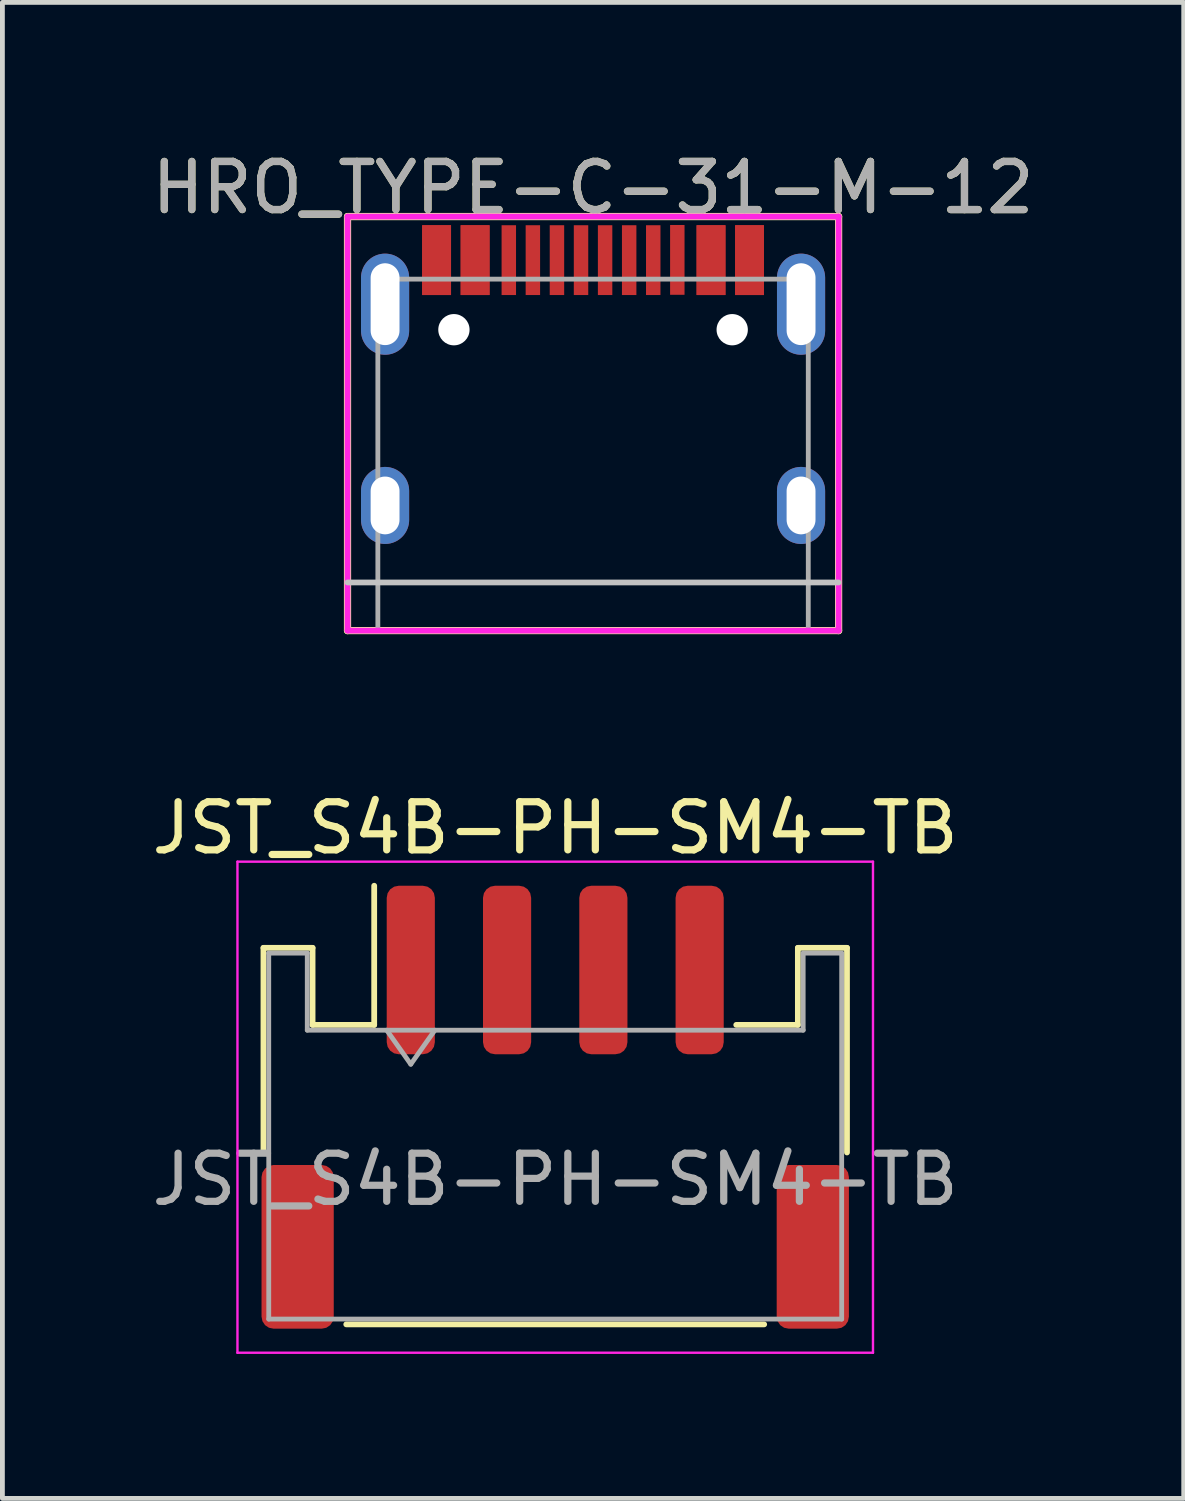
<source format=kicad_pcb>
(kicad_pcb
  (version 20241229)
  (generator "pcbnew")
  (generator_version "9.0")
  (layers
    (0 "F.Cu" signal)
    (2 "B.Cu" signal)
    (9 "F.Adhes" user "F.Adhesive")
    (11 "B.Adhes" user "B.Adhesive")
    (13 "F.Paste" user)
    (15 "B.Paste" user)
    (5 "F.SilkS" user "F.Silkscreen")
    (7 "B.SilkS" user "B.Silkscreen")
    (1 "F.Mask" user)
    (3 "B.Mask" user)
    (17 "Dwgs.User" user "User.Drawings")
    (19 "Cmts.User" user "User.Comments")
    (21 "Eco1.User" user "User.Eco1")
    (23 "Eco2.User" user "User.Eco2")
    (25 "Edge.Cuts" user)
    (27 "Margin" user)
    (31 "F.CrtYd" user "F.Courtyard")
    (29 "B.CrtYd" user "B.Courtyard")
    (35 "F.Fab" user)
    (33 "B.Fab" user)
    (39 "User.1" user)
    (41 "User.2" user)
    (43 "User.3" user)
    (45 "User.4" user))
  (footprint "JST_S4B-PH-SM4-TB"
    (layer "F.Cu")
    (at 8.482 19.947)
    (property "Reference" "JST_S4B-PH-SM4-TB" (at 0 -5.8 0) (layer "F.SilkS") (effects (font (size 1 1) (thickness 0.15))))
    (attr smd)
    (fp_line (start -6.06 -3.31) (end -5.04 -3.31) (stroke (width 0.12) (type solid)) (layer "F.SilkS"))
    (fp_line (start -6.06 0.94) (end -6.06 -3.31) (stroke (width 0.12) (type solid)) (layer "F.SilkS"))
    (fp_line (start -5.04 -3.31) (end -5.04 -1.71) (stroke (width 0.12) (type solid)) (layer "F.SilkS"))
    (fp_line (start -5.04 -1.71) (end -3.76 -1.71) (stroke (width 0.12) (type solid)) (layer "F.SilkS"))
    (fp_line (start -4.34 4.51) (end 4.34 4.51) (stroke (width 0.12) (type solid)) (layer "F.SilkS"))
    (fp_line (start -3.76 -1.71) (end -3.76 -4.6) (stroke (width 0.12) (type solid)) (layer "F.SilkS"))
    (fp_line (start 5.04 -3.31) (end 5.04 -1.71) (stroke (width 0.12) (type solid)) (layer "F.SilkS"))
    (fp_line (start 5.04 -1.71) (end 3.76 -1.71) (stroke (width 0.12) (type solid)) (layer "F.SilkS"))
    (fp_line (start 6.06 -3.31) (end 5.04 -3.31) (stroke (width 0.12) (type solid)) (layer "F.SilkS"))
    (fp_line (start 6.06 0.94) (end 6.06 -3.31) (stroke (width 0.12) (type solid)) (layer "F.SilkS"))
    (fp_line (start -6.6 -5.1) (end -6.6 5.1) (stroke (width 0.05) (type solid)) (layer "F.CrtYd"))
    (fp_line (start -6.6 5.1) (end 6.6 5.1) (stroke (width 0.05) (type solid)) (layer "F.CrtYd"))
    (fp_line (start 6.6 -5.1) (end -6.6 -5.1) (stroke (width 0.05) (type solid)) (layer "F.CrtYd"))
    (fp_line (start 6.6 5.1) (end 6.6 -5.1) (stroke (width 0.05) (type solid)) (layer "F.CrtYd"))
    (fp_line (start -5.95 -3.2) (end -5.95 4.4) (stroke (width 0.1) (type solid)) (layer "F.Fab"))
    (fp_line (start -5.95 -3.2) (end -5.15 -3.2) (stroke (width 0.1) (type solid)) (layer "F.Fab"))
    (fp_line (start -5.95 4.4) (end 5.95 4.4) (stroke (width 0.1) (type solid)) (layer "F.Fab"))
    (fp_line (start -5.15 -3.2) (end -5.15 -1.6) (stroke (width 0.1) (type solid)) (layer "F.Fab"))
    (fp_line (start -5.15 -1.6) (end 5.15 -1.6) (stroke (width 0.1) (type solid)) (layer "F.Fab"))
    (fp_line (start -3.5 -1.6) (end -3 -0.893) (stroke (width 0.1) (type solid)) (layer "F.Fab"))
    (fp_line (start -3 -0.893) (end -2.5 -1.6) (stroke (width 0.1) (type solid)) (layer "F.Fab"))
    (fp_line (start 5.15 -3.2) (end 5.95 -3.2) (stroke (width 0.1) (type solid)) (layer "F.Fab"))
    (fp_line (start 5.15 -1.6) (end 5.15 -3.2) (stroke (width 0.1) (type solid)) (layer "F.Fab"))
    (fp_line (start 5.95 -3.2) (end 5.95 4.4) (stroke (width 0.1) (type solid)) (layer "F.Fab"))
    (fp_text user "${REFERENCE}" (at 0 1.5 0) (layer "F.Fab") (effects (font (size 1 1) (thickness 0.15))))
    (pad "1" smd roundrect (at -3 -2.85) (size 1 3.5) (layers "F.Cu" "F.Mask" "F.Paste") (roundrect_rratio 0.25))
    (pad "2" smd roundrect (at -1 -2.85) (size 1 3.5) (layers "F.Cu" "F.Mask" "F.Paste") (roundrect_rratio 0.25))
    (pad "3" smd roundrect (at 1 -2.85) (size 1 3.5) (layers "F.Cu" "F.Mask" "F.Paste") (roundrect_rratio 0.25))
    (pad "4" smd roundrect (at 3 -2.85) (size 1 3.5) (layers "F.Cu" "F.Mask" "F.Paste") (roundrect_rratio 0.25))
    (pad "MP" smd roundrect (at -5.35 2.9) (size 1.5 3.4) (layers "F.Cu" "F.Mask" "F.Paste") (roundrect_rratio 0.167))
    (pad "MP" smd roundrect (at 5.35 2.9) (size 1.5 3.4) (layers "F.Cu" "F.Mask" "F.Paste") (roundrect_rratio 0.167)))
  (footprint "HRO_TYPE-C-31-M-12"
    (layer "F.Cu")
    (at 9.268 10.048)
    (property "Reference" "HRO_TYPE-C-31-M-12" (at 0 -9.2 0) (layer "F.SilkS") (effects (font (size 1 1) (thickness 0.15))))
    (attr smd)
    (fp_line (start -5.1 -8.6) (end 5.1 -8.6) (stroke (width 0.15) (type solid)) (layer "F.SilkS"))
    (fp_line (start -5.1 0) (end -5.1 -8.6) (stroke (width 0.15) (type solid)) (layer "F.SilkS"))
    (fp_line (start -5.1 0) (end 5.1 0) (stroke (width 0.15) (type solid)) (layer "F.SilkS"))
    (fp_line (start 5.1 0) (end 5.1 -8.6) (stroke (width 0.15) (type solid)) (layer "F.SilkS"))
    (fp_line (start -5.1 -1) (end 5.1 -1) (stroke (width 0.12) (type solid)) (layer "Dwgs.User"))
    (fp_line (start -5.1 -8.6) (end 5.1 -8.6) (stroke (width 0.12) (type solid)) (layer "F.CrtYd"))
    (fp_line (start -5.1 0) (end -5.1 -8.6) (stroke (width 0.12) (type solid)) (layer "F.CrtYd"))
    (fp_line (start 5.1 -8.6) (end 5.1 0) (stroke (width 0.12) (type solid)) (layer "F.CrtYd"))
    (fp_line (start 5.1 0) (end -5.1 0) (stroke (width 0.12) (type solid)) (layer "F.CrtYd"))
    (fp_line (start -4.47 -7.3) (end -4.47 0) (stroke (width 0.1) (type solid)) (layer "F.Fab"))
    (fp_line (start -4.47 0) (end 4.47 0) (stroke (width 0.1) (type solid)) (layer "F.Fab"))
    (fp_line (start 4.47 -7.3) (end -4.47 -7.3) (stroke (width 0.1) (type solid)) (layer "F.Fab"))
    (fp_line (start 4.47 0) (end 4.47 -7.3) (stroke (width 0.1) (type solid)) (layer "F.Fab"))
    (fp_text user "${REFERENCE}" (at 0 -9.2 0) (layer "F.Fab") (effects (font (size 1 1) (thickness 0.15))))
    (pad "" np_thru_hole oval (at -2.89 -6.25) (size 0.65 0.65) (drill 0.65) (layers "*.Cu" "*.Mask"))
    (pad "" np_thru_hole oval (at 2.89 -6.25) (size 0.65 0.65) (drill 0.65) (layers "*.Cu" "*.Mask"))
    (pad "A1" smd rect (at -3.25 -7.695) (size 0.6 1.45) (layers "F.Cu" "F.Mask" "F.Paste"))
    (pad "A4" smd rect (at -2.45 -7.695) (size 0.6 1.45) (layers "F.Cu" "F.Mask" "F.Paste"))
    (pad "A5" smd rect (at -1.25 -7.695) (size 0.3 1.45) (layers "F.Cu" "F.Mask" "F.Paste"))
    (pad "A6" smd rect (at -0.25 -7.695) (size 0.3 1.45) (layers "F.Cu" "F.Mask" "F.Paste"))
    (pad "A7" smd rect (at 0.25 -7.695) (size 0.3 1.45) (layers "F.Cu" "F.Mask" "F.Paste"))
    (pad "A8" smd rect (at 1.25 -7.695) (size 0.3 1.45) (layers "F.Cu" "F.Mask" "F.Paste"))
    (pad "A9" smd rect (at 2.45 -7.695) (size 0.6 1.45) (layers "F.Cu" "F.Mask" "F.Paste"))
    (pad "A12" smd rect (at 3.25 -7.695) (size 0.6 1.45) (layers "F.Cu" "F.Mask" "F.Paste"))
    (pad "B1" smd rect (at 3.25 -7.695) (size 0.6 1.45) (layers "F.Cu" "F.Mask" "F.Paste"))
    (pad "B4" smd rect (at 2.45 -7.695) (size 0.6 1.45) (layers "F.Cu" "F.Mask" "F.Paste"))
    (pad "B5" smd rect (at 1.75 -7.7) (size 0.3 1.45) (layers "F.Cu" "F.Mask" "F.Paste"))
    (pad "B6" smd rect (at 0.75 -7.695) (size 0.3 1.45) (layers "F.Cu" "F.Mask" "F.Paste"))
    (pad "B7" smd rect (at -0.75 -7.695) (size 0.3 1.45) (layers "F.Cu" "F.Mask" "F.Paste"))
    (pad "B8" smd rect (at -1.75 -7.695) (size 0.3 1.45) (layers "F.Cu" "F.Mask" "F.Paste"))
    (pad "B9" smd rect (at -2.45 -7.695) (size 0.6 1.45) (layers "F.Cu" "F.Mask" "F.Paste"))
    (pad "B12" smd rect (at -3.25 -7.695) (size 0.6 1.45) (layers "F.Cu" "F.Mask" "F.Paste"))
    (pad "S1" thru_hole oval (at 4.32 -6.78) (size 1 2.1) (drill oval 0.6 1.7) (layers "*.Cu" "*.Mask"))
    (pad "S2" thru_hole oval (at -4.32 -6.78) (size 1 2.1) (drill oval 0.6 1.7) (layers "*.Cu" "*.Mask"))
    (pad "S3" thru_hole oval (at -4.32 -2.6) (size 1 1.6) (drill oval 0.6 1.2) (layers "*.Cu" "*.Mask"))
    (pad "S4" thru_hole oval (at 4.32 -2.6) (size 1 1.6) (drill oval 0.6 1.2) (layers "*.Cu" "*.Mask")))
  (gr_rect
    (start -3 -3)
    (end 21.536 28.072)
    (stroke (width 0.1) (type default))
    (fill no)
    (layer "Edge.Cuts")))
</source>
